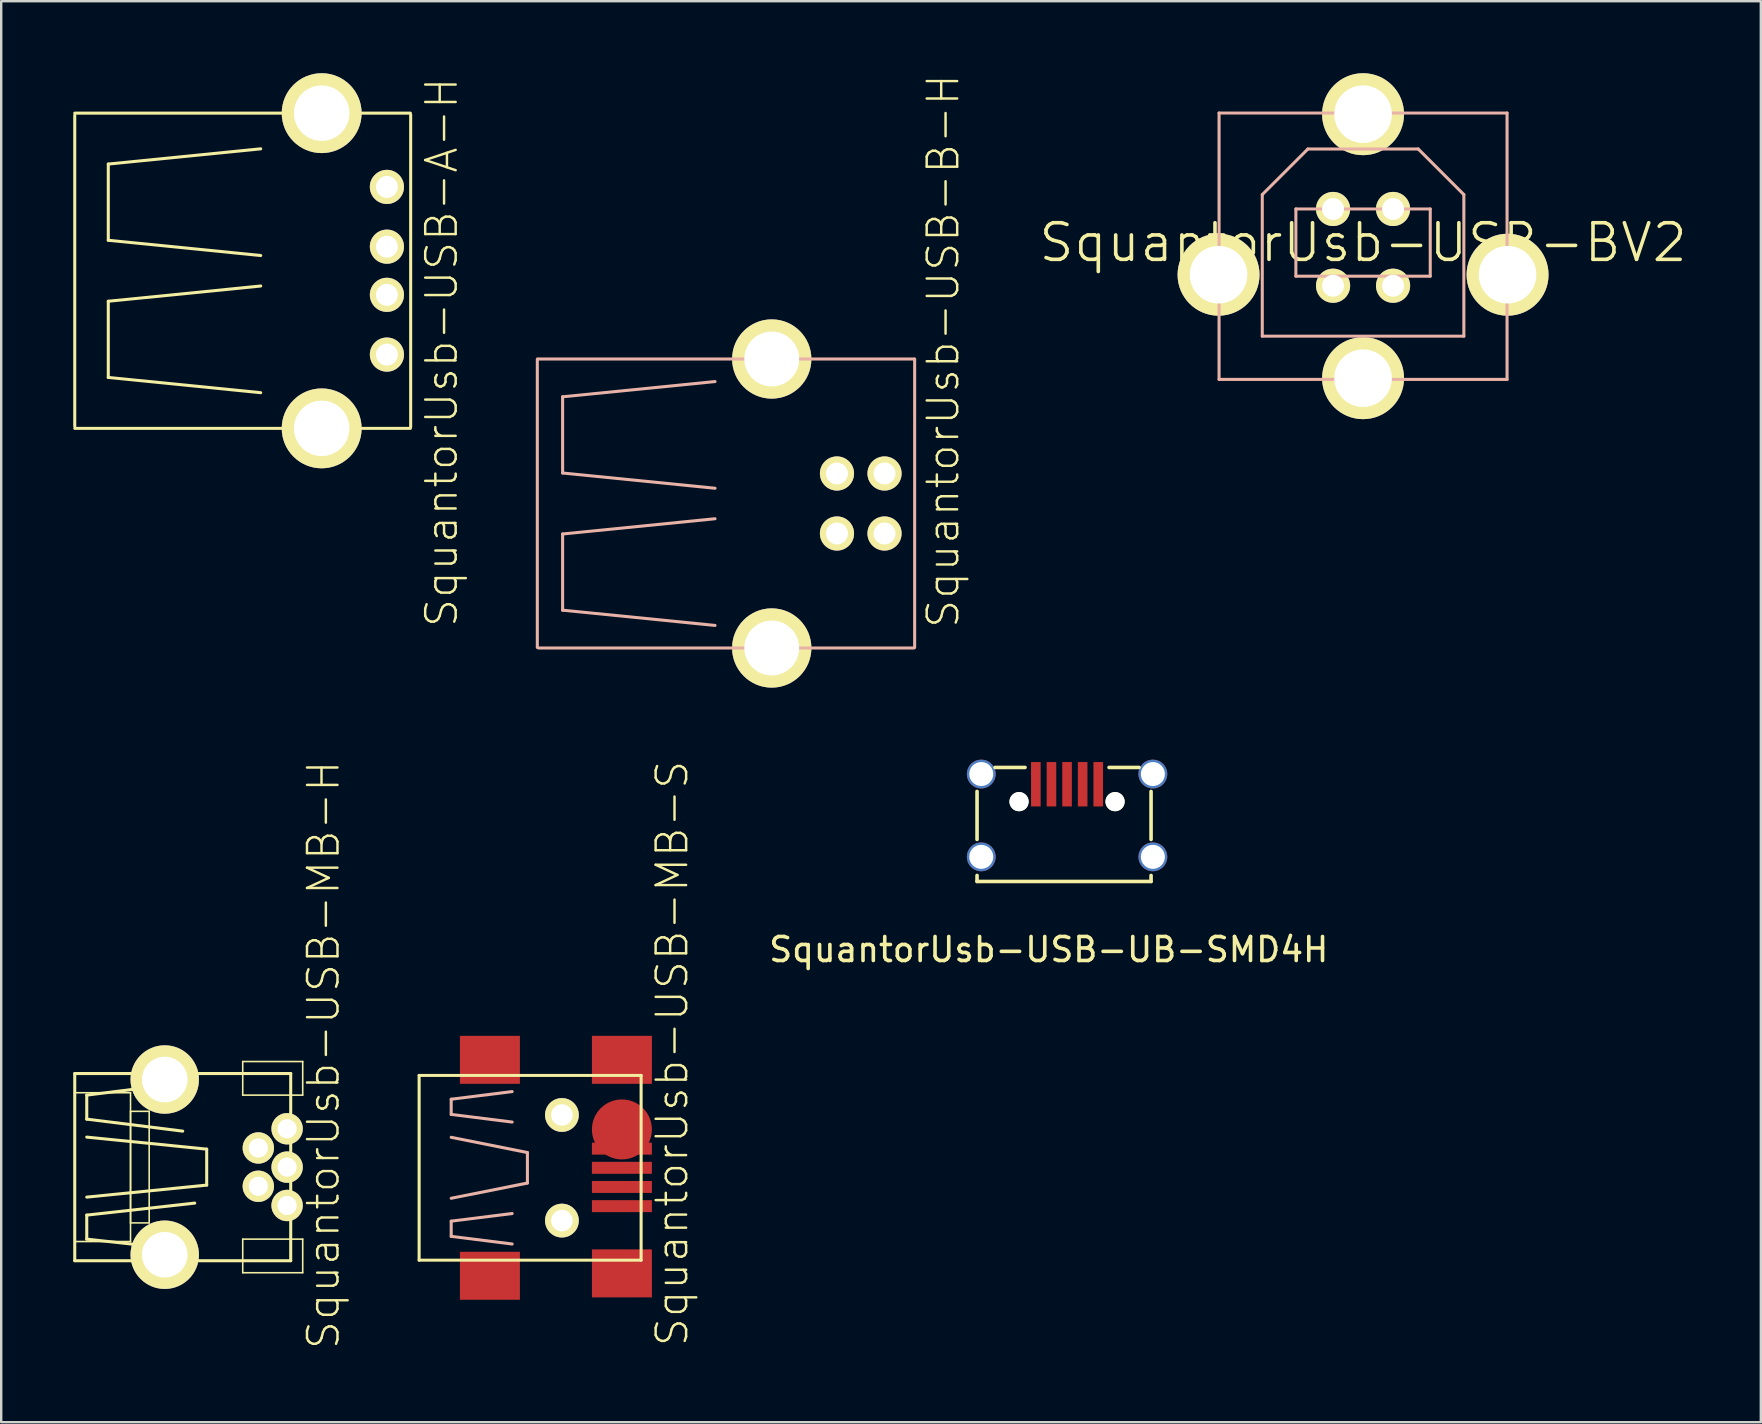
<source format=kicad_pcb>
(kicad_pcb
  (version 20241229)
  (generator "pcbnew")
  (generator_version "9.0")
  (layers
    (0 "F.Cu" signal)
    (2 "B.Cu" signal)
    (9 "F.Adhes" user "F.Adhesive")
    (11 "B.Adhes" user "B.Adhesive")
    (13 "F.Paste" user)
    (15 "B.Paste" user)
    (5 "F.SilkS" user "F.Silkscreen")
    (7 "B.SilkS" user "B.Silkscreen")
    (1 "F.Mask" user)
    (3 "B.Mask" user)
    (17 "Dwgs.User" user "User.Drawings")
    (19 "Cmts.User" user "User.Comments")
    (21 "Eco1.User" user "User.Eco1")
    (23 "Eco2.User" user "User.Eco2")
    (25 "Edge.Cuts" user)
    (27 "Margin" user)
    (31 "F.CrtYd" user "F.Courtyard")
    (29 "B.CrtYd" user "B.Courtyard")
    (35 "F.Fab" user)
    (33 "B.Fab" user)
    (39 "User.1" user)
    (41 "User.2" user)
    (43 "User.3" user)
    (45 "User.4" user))
  (footprint "SquantorUsb-USB-BV2"
    (layer "F.Cu")
    (at 53.736 7.056)
    (property "Reference" "SquantorUsb-USB-BV2" (at 0 0 0) (layer "F.SilkS") (effects (font (size 1.524 1.524) (thickness 0.15))))
    (attr exclude_from_pos_files exclude_from_bom)
    (fp_line (start -5.999 -5.397) (end -5.999 1.298) (stroke (width 0.127) (type solid)) (layer "B.SilkS"))
    (fp_line (start -5.999 1.298) (end -5.999 5.7) (stroke (width 0.127) (type solid)) (layer "B.SilkS"))
    (fp_line (start -5.999 5.7) (end 0 5.7) (stroke (width 0.127) (type solid)) (layer "B.SilkS"))
    (fp_line (start -4.199 -1.999) (end -4.199 3.899) (stroke (width 0.127) (type solid)) (layer "B.SilkS"))
    (fp_line (start -4.199 3.899) (end 4.199 3.899) (stroke (width 0.127) (type solid)) (layer "B.SilkS"))
    (fp_line (start -2.799 -1.4) (end -2.799 1.4) (stroke (width 0.127) (type solid)) (layer "B.SilkS"))
    (fp_line (start -2.799 -1.4) (end 2.799 -1.4) (stroke (width 0.127) (type solid)) (layer "B.SilkS"))
    (fp_line (start -2.799 1.4) (end 2.799 1.4) (stroke (width 0.127) (type solid)) (layer "B.SilkS"))
    (fp_line (start -2.299 -3.899) (end -4.199 -1.999) (stroke (width 0.127) (type solid)) (layer "B.SilkS"))
    (fp_line (start 0 5.7) (end 5.999 5.7) (stroke (width 0.127) (type solid)) (layer "B.SilkS"))
    (fp_line (start 2.299 -3.899) (end -2.299 -3.899) (stroke (width 0.127) (type solid)) (layer "B.SilkS"))
    (fp_line (start 2.799 1.4) (end 2.799 -1.4) (stroke (width 0.127) (type solid)) (layer "B.SilkS"))
    (fp_line (start 4.199 -1.999) (end 2.299 -3.899) (stroke (width 0.127) (type solid)) (layer "B.SilkS"))
    (fp_line (start 4.199 3.899) (end 4.199 -1.999) (stroke (width 0.127) (type solid)) (layer "B.SilkS"))
    (fp_line (start 5.999 -5.397) (end -5.999 -5.397) (stroke (width 0.127) (type solid)) (layer "B.SilkS"))
    (fp_line (start 5.999 5.7) (end 5.999 -5.397) (stroke (width 0.127) (type solid)) (layer "B.SilkS"))
    (pad "D+" thru_hole circle (at -1.25 1.798) (size 1.422 1.422) (drill 0.914) (layers "*.Cu" "F.Mask" "F.SilkS" "F.Paste"))
    (pad "D-" thru_hole circle (at -1.25 -1.4) (size 1.422 1.422) (drill 0.914) (layers "*.Cu" "F.Mask" "F.SilkS" "F.Paste"))
    (pad "GND" thru_hole circle (at 1.25 1.798) (size 1.422 1.422) (drill 0.914) (layers "*.Cu" "F.Mask" "F.SilkS" "F.Paste"))
    (pad "P$1" thru_hole circle (at 0 5.649) (size 3.414 3.414) (drill 2.398) (layers "*.Cu" "F.Mask" "F.SilkS" "F.Paste"))
    (pad "P$2" thru_hole circle (at -6.02 1.339) (size 3.414 3.414) (drill 2.398) (layers "*.Cu" "F.Mask" "F.SilkS" "F.Paste"))
    (pad "P$3" thru_hole circle (at 6.02 1.339) (size 3.414 3.414) (drill 2.398) (layers "*.Cu" "F.Mask" "F.SilkS" "F.Paste"))
    (pad "P$4" thru_hole circle (at 0 -5.349) (size 3.414 3.414) (drill 2.398) (layers "*.Cu" "F.Mask" "F.SilkS" "F.Paste"))
    (pad "VBUS" thru_hole circle (at 1.25 -1.4) (size 1.422 1.422) (drill 0.914) (layers "*.Cu" "F.Mask" "F.SilkS" "F.Paste")))
  (footprint "SquantorUsb-USB-MB-H"
    (layer "F.Cu")
    (at 3.813 45.573)
    (property "Reference" "SquantorUsb-USB-MB-H" (at 6.614 -4.674 90) (layer "F.SilkS") (effects (font (size 1.27 1.27) (thickness 0.102))))
    (attr exclude_from_pos_files exclude_from_bom)
    (fp_line (start -3.749 -3.899) (end -3.749 3.899) (stroke (width 0.127) (type solid)) (layer "F.SilkS"))
    (fp_line (start -3.749 -3.899) (end 5.248 -3.899) (stroke (width 0.127) (type solid)) (layer "F.SilkS"))
    (fp_line (start -3.749 -3.099) (end -1.425 -3.099) (stroke (width 0.066) (type solid)) (layer "F.SilkS"))
    (fp_line (start -3.749 3.099) (end -3.749 -3.099) (stroke (width 0.066) (type solid)) (layer "F.SilkS"))
    (fp_line (start -3.749 3.099) (end -1.425 3.099) (stroke (width 0.066) (type solid)) (layer "F.SilkS"))
    (fp_line (start -3.749 3.899) (end 5.248 3.899) (stroke (width 0.127) (type solid)) (layer "F.SilkS"))
    (fp_line (start -3.249 -3) (end -3.249 -1.999) (stroke (width 0.127) (type solid)) (layer "F.SilkS"))
    (fp_line (start -3.249 -1.999) (end 0.749 -1.499) (stroke (width 0.127) (type solid)) (layer "F.SilkS"))
    (fp_line (start -3.249 -1.25) (end 1.748 -0.749) (stroke (width 0.127) (type solid)) (layer "F.SilkS"))
    (fp_line (start -3.249 1.999) (end 1.25 1.499) (stroke (width 0.127) (type solid)) (layer "F.SilkS"))
    (fp_line (start -3.249 3) (end -3.249 1.999) (stroke (width 0.127) (type solid)) (layer "F.SilkS"))
    (fp_line (start -1.425 -2.324) (end -0.648 -2.324) (stroke (width 0.066) (type solid)) (layer "F.SilkS"))
    (fp_line (start -1.425 2.324) (end -1.425 -2.324) (stroke (width 0.066) (type solid)) (layer "F.SilkS"))
    (fp_line (start -1.425 2.324) (end -0.648 2.324) (stroke (width 0.066) (type solid)) (layer "F.SilkS"))
    (fp_line (start -1.425 3.099) (end -1.425 -3.099) (stroke (width 0.066) (type solid)) (layer "F.SilkS"))
    (fp_line (start -0.648 2.324) (end -0.648 -2.324) (stroke (width 0.066) (type solid)) (layer "F.SilkS"))
    (fp_line (start 0.749 -3.498) (end -3.249 -3) (stroke (width 0.127) (type solid)) (layer "F.SilkS"))
    (fp_line (start 1.25 3.498) (end -3.249 3) (stroke (width 0.127) (type solid)) (layer "F.SilkS"))
    (fp_line (start 1.748 -0.749) (end 1.748 0.749) (stroke (width 0.127) (type solid)) (layer "F.SilkS"))
    (fp_line (start 1.748 0.749) (end -3.249 1.25) (stroke (width 0.127) (type solid)) (layer "F.SilkS"))
    (fp_line (start 3.249 -4.399) (end 5.748 -4.399) (stroke (width 0.066) (type solid)) (layer "F.SilkS"))
    (fp_line (start 3.249 -3) (end 3.249 -4.399) (stroke (width 0.066) (type solid)) (layer "F.SilkS"))
    (fp_line (start 3.249 -3) (end 5.748 -3) (stroke (width 0.066) (type solid)) (layer "F.SilkS"))
    (fp_line (start 3.249 3) (end 5.748 3) (stroke (width 0.066) (type solid)) (layer "F.SilkS"))
    (fp_line (start 3.249 4.399) (end 3.249 3) (stroke (width 0.066) (type solid)) (layer "F.SilkS"))
    (fp_line (start 3.249 4.399) (end 5.748 4.399) (stroke (width 0.066) (type solid)) (layer "F.SilkS"))
    (fp_line (start 5.248 -3.899) (end 5.248 3.899) (stroke (width 0.127) (type solid)) (layer "F.SilkS"))
    (fp_line (start 5.748 -3) (end 5.748 -4.399) (stroke (width 0.066) (type solid)) (layer "F.SilkS"))
    (fp_line (start 5.748 4.399) (end 5.748 3) (stroke (width 0.066) (type solid)) (layer "F.SilkS"))
    (pad "D+" thru_hole circle (at 5.098 0) (size 1.306 1.306) (drill 0.798) (layers "*.Cu" "F.Mask" "F.SilkS" "F.Paste"))
    (pad "D-" thru_hole circle (at 3.899 -0.798) (size 1.306 1.306) (drill 0.798) (layers "*.Cu" "F.Mask" "F.SilkS" "F.Paste"))
    (pad "GND" thru_hole circle (at 5.098 1.598) (size 1.306 1.306) (drill 0.798) (layers "*.Cu" "F.Mask" "F.SilkS" "F.Paste"))
    (pad "ID" thru_hole circle (at 3.899 0.798) (size 1.306 1.306) (drill 0.798) (layers "*.Cu" "F.Mask" "F.SilkS" "F.Paste"))
    (pad "P$6" thru_hole circle (at 0 3.65) (size 2.85 2.85) (drill 1.9) (layers "*.Cu" "F.Mask" "F.SilkS" "F.Paste"))
    (pad "P$7" thru_hole circle (at 0 -3.65) (size 2.85 2.85) (drill 1.9) (layers "*.Cu" "F.Mask" "F.SilkS" "F.Paste"))
    (pad "VBUS" thru_hole circle (at 5.098 -1.598) (size 1.306 1.306) (drill 0.798) (layers "*.Cu" "F.Mask" "F.SilkS" "F.Paste")))
  (footprint "SquantorUsb-USB-B-H"
    (layer "F.Cu")
    (at 31.819 17.926)
    (property "Reference" "SquantorUsb-USB-B-H" (at 4.425 -6.35 90) (layer "F.SilkS") (effects (font (size 1.27 1.27) (thickness 0.102))))
    (attr exclude_from_pos_files exclude_from_bom)
    (fp_line (start -12.484 -6.012) (end -12.484 5.999) (stroke (width 0.127) (type solid)) (layer "B.SilkS"))
    (fp_line (start -11.43 -4.445) (end -11.43 -1.27) (stroke (width 0.127) (type solid)) (layer "B.SilkS"))
    (fp_line (start -11.43 -1.27) (end -5.08 -0.635) (stroke (width 0.127) (type solid)) (layer "B.SilkS"))
    (fp_line (start -11.43 1.27) (end -5.08 0.635) (stroke (width 0.127) (type solid)) (layer "B.SilkS"))
    (fp_line (start -11.43 4.445) (end -11.43 1.27) (stroke (width 0.127) (type solid)) (layer "B.SilkS"))
    (fp_line (start -5.08 -5.08) (end -11.43 -4.445) (stroke (width 0.127) (type solid)) (layer "B.SilkS"))
    (fp_line (start -5.08 5.08) (end -11.43 4.445) (stroke (width 0.127) (type solid)) (layer "B.SilkS"))
    (fp_line (start 3.205 6.02) (end -12.438 6.02) (stroke (width 0.127) (type solid)) (layer "B.SilkS"))
    (fp_line (start 3.231 -6.02) (end -12.464 -6.02) (stroke (width 0.127) (type solid)) (layer "B.SilkS"))
    (fp_line (start 3.236 -6.012) (end 3.236 5.999) (stroke (width 0.127) (type solid)) (layer "B.SilkS"))
    (pad "D+" thru_hole circle (at 0 -1.25) (size 1.422 1.422) (drill 0.914) (layers "*.Cu" "F.Mask" "F.SilkS" "F.Paste"))
    (pad "D-" thru_hole circle (at 1.981 -1.25) (size 1.422 1.422) (drill 0.914) (layers "*.Cu" "F.Mask" "F.SilkS" "F.Paste"))
    (pad "GND" thru_hole circle (at 0 1.25) (size 1.422 1.422) (drill 0.914) (layers "*.Cu" "F.Mask" "F.SilkS" "F.Paste"))
    (pad "P$1" thru_hole circle (at -2.718 6.02) (size 3.302 3.302) (drill 2.286) (layers "*.Cu" "F.Mask" "F.SilkS" "F.Paste"))
    (pad "P$2" thru_hole circle (at -2.718 -6.02) (size 3.302 3.302) (drill 2.286) (layers "*.Cu" "F.Mask" "F.SilkS" "F.Paste"))
    (pad "VBUS" thru_hole circle (at 1.981 1.25) (size 1.422 1.422) (drill 0.914) (layers "*.Cu" "F.Mask" "F.SilkS" "F.Paste")))
  (footprint "SquantorUsb-USB-UB-SMD4H"
    (layer "F.Cu")
    (at 41.404 30.922)
    (property "Reference" "SquantorUsb-USB-UB-SMD4H" (at -0.762 5.588 0) (layer "F.SilkS") (effects (font (size 1 1) (thickness 0.15))))
    (attr through_hole)
    (fp_line (start -3.75 -1) (end -3.75 1) (stroke (width 0.15) (type solid)) (layer "F.SilkS"))
    (fp_line (start -3.75 2.75) (end -3.75 2.5) (stroke (width 0.15) (type solid)) (layer "F.SilkS"))
    (fp_line (start -3 -2) (end -1.75 -2) (stroke (width 0.15) (type solid)) (layer "F.SilkS"))
    (fp_line (start 1.75 -2) (end 3 -2) (stroke (width 0.15) (type solid)) (layer "F.SilkS"))
    (fp_line (start 3.5 -1) (end 3.5 1) (stroke (width 0.15) (type solid)) (layer "F.SilkS"))
    (fp_line (start 3.5 2.5) (end 3.5 2.75) (stroke (width 0.15) (type solid)) (layer "F.SilkS"))
    (fp_line (start 3.5 2.75) (end -3.75 2.75) (stroke (width 0.15) (type solid)) (layer "F.SilkS"))
    (pad "" np_thru_hole circle (at -2 -0.575) (size 0.8 0.8) (drill 0.8) (layers "*.Cu" "*.Mask" "F.SilkS"))
    (pad "" np_thru_hole circle (at 2 -0.575) (size 0.8 0.8) (drill 0.8) (layers "*.Cu" "*.Mask" "F.SilkS"))
    (pad "1" smd rect (at -1.3 -1.3) (size 0.4 1.85) (layers "F.Cu" "F.Mask" "F.Paste"))
    (pad "2" smd rect (at -0.65 -1.3) (size 0.4 1.85) (layers "F.Cu" "F.Mask" "F.Paste"))
    (pad "3" smd rect (at 0 -1.3) (size 0.4 1.85) (layers "F.Cu" "F.Mask" "F.Paste"))
    (pad "4" smd rect (at 0.65 -1.3) (size 0.4 1.85) (layers "F.Cu" "F.Mask" "F.Paste"))
    (pad "5" smd rect (at 1.3 -1.3) (size 0.4 1.85) (layers "F.Cu" "F.Mask" "F.Paste"))
    (pad "S" thru_hole circle (at -3.575 -1.725) (size 1.2 1.2) (drill 1) (layers "*.Cu" "*.Mask"))
    (pad "S" thru_hole circle (at -3.575 1.725) (size 1.2 1.2) (drill 1) (layers "*.Cu" "*.Mask"))
    (pad "S" thru_hole circle (at 3.575 -1.725) (size 1.2 1.2) (drill 1) (layers "*.Cu" "*.Mask"))
    (pad "S" thru_hole circle (at 3.575 1.725) (size 1.2 1.2) (drill 1) (layers "*.Cu" "*.Mask")))
  (footprint "SquantorUsb-USB-MB-S"
    (layer "F.Cu")
    (at 20.36 45.601)
    (property "Reference" "SquantorUsb-USB-MB-S" (at 4.592 -4.763 90) (layer "F.SilkS") (effects (font (size 1.27 1.27) (thickness 0.102))))
    (attr smd)
    (fp_line (start -5.949 -3.848) (end -5.949 3.848) (stroke (width 0.127) (type solid)) (layer "F.SilkS"))
    (fp_line (start -5.949 -3.848) (end 3.299 -3.848) (stroke (width 0.127) (type solid)) (layer "F.SilkS"))
    (fp_line (start 3.299 -3.848) (end 3.299 3.848) (stroke (width 0.127) (type solid)) (layer "F.SilkS"))
    (fp_line (start 3.299 3.848) (end -5.949 3.848) (stroke (width 0.127) (type solid)) (layer "F.SilkS"))
    (fp_line (start -4.613 -2.857) (end -4.613 -2.223) (stroke (width 0.127) (type solid)) (layer "B.SilkS"))
    (fp_line (start -4.613 -2.223) (end -2.073 -1.905) (stroke (width 0.127) (type solid)) (layer "B.SilkS"))
    (fp_line (start -4.613 -1.27) (end -1.438 -0.635) (stroke (width 0.127) (type solid)) (layer "B.SilkS"))
    (fp_line (start -4.613 2.223) (end -2.073 1.905) (stroke (width 0.127) (type solid)) (layer "B.SilkS"))
    (fp_line (start -4.613 2.857) (end -4.613 2.223) (stroke (width 0.127) (type solid)) (layer "B.SilkS"))
    (fp_line (start -2.073 -3.175) (end -4.613 -2.857) (stroke (width 0.127) (type solid)) (layer "B.SilkS"))
    (fp_line (start -2.073 3.175) (end -4.613 2.857) (stroke (width 0.127) (type solid)) (layer "B.SilkS"))
    (fp_line (start -1.438 -0.635) (end -1.438 0.635) (stroke (width 0.127) (type solid)) (layer "B.SilkS"))
    (fp_line (start -1.438 0.635) (end -4.613 1.27) (stroke (width 0.127) (type solid)) (layer "B.SilkS"))
    (pad "D+" smd rect (at 2.499 0) (size 2.499 0.498) (layers "F.Cu" "F.Mask" "F.Paste"))
    (pad "D-" smd rect (at 2.499 -0.798) (size 2.499 0.498) (layers "F.Cu" "F.Mask" "F.Paste"))
    (pad "GND" smd rect (at 2.499 1.598) (size 2.499 0.498) (layers "F.Cu" "F.Mask" "F.Paste"))
    (pad "ID" smd rect (at 2.499 0.798) (size 2.499 0.498) (layers "F.Cu" "F.Mask" "F.Paste"))
    (pad "P$1" smd rect (at -3 4.498) (size 2.499 1.999) (layers "F.Cu" "F.Mask" "F.Paste"))
    (pad "P$2" smd rect (at -3 -4.498) (size 2.499 1.999) (layers "F.Cu" "F.Mask" "F.Paste"))
    (pad "P$3" smd rect (at 2.499 4.399) (size 2.499 1.999) (layers "F.Cu" "F.Mask" "F.Paste"))
    (pad "P$4" smd rect (at 2.499 -4.498) (size 2.499 1.999) (layers "F.Cu" "F.Mask" "F.Paste"))
    (pad "P$5" thru_hole circle (at 0 -2.2) (size 1.407 1.407) (drill 0.899) (layers "*.Cu" "F.Mask" "F.SilkS" "F.Paste"))
    (pad "P$6" thru_hole circle (at 0 2.2) (size 1.407 1.407) (drill 0.899) (layers "*.Cu" "F.Mask" "F.SilkS" "F.Paste"))
    (pad "VBUS" smd circle (at 2.499 -1.598) (size 2.499 2.499) (layers "F.Cu" "F.Mask" "F.Paste")))
  (footprint "SquantorUsb-USB-A-H"
    (layer "F.Cu")
    (at 10.351 8.23)
    (property "Reference" "SquantorUsb-USB-A-H" (at 5 3.4 90) (layer "F.SilkS") (effects (font (size 1.27 1.27) (thickness 0.102))))
    (attr exclude_from_pos_files exclude_from_bom)
    (fp_line (start -10.287 -6.477) (end -10.287 6.477) (stroke (width 0.127) (type solid)) (layer "F.SilkS"))
    (fp_line (start -8.89 -4.445) (end -8.89 -1.27) (stroke (width 0.127) (type solid)) (layer "F.SilkS"))
    (fp_line (start -8.89 -1.27) (end -2.54 -0.635) (stroke (width 0.127) (type solid)) (layer "F.SilkS"))
    (fp_line (start -8.89 1.27) (end -2.54 0.635) (stroke (width 0.127) (type solid)) (layer "F.SilkS"))
    (fp_line (start -8.89 4.445) (end -8.89 1.27) (stroke (width 0.127) (type solid)) (layer "F.SilkS"))
    (fp_line (start -2.54 -5.08) (end -8.89 -4.445) (stroke (width 0.127) (type solid)) (layer "F.SilkS"))
    (fp_line (start -2.54 5.08) (end -8.89 4.445) (stroke (width 0.127) (type solid)) (layer "F.SilkS"))
    (fp_line (start 3.696 -6.566) (end -10.287 -6.566) (stroke (width 0.127) (type solid)) (layer "F.SilkS"))
    (fp_line (start 3.696 6.566) (end -10.287 6.566) (stroke (width 0.127) (type solid)) (layer "F.SilkS"))
    (fp_line (start 3.708 -6.502) (end 3.708 6.502) (stroke (width 0.127) (type solid)) (layer "F.SilkS"))
    (pad "D+" thru_hole circle (at 2.718 1.003) (size 1.422 1.422) (drill 0.914) (layers "*.Cu" "F.Mask" "F.SilkS" "F.Paste"))
    (pad "D-" thru_hole circle (at 2.718 -1.003) (size 1.422 1.422) (drill 0.914) (layers "*.Cu" "F.Mask" "F.SilkS" "F.Paste"))
    (pad "GND" thru_hole circle (at 2.718 3.493) (size 1.422 1.422) (drill 0.914) (layers "*.Cu" "F.Mask" "F.SilkS" "F.Paste"))
    (pad "S" thru_hole circle (at 0 -6.566) (size 3.327 3.327) (drill 2.311) (layers "*.Cu" "F.Mask" "F.SilkS" "F.Paste"))
    (pad "S" thru_hole circle (at 0 6.566) (size 3.327 3.327) (drill 2.311) (layers "*.Cu" "F.Mask" "F.SilkS" "F.Paste"))
    (pad "VBUS" thru_hole circle (at 2.718 -3.493) (size 1.422 1.422) (drill 0.914) (layers "*.Cu" "F.Mask" "F.SilkS" "F.Paste")))
  (gr_rect
    (start -3 -3)
    (end 70.307 56.201)
    (stroke (width 0.1) (type default))
    (fill no)
    (layer "Edge.Cuts")))
</source>
